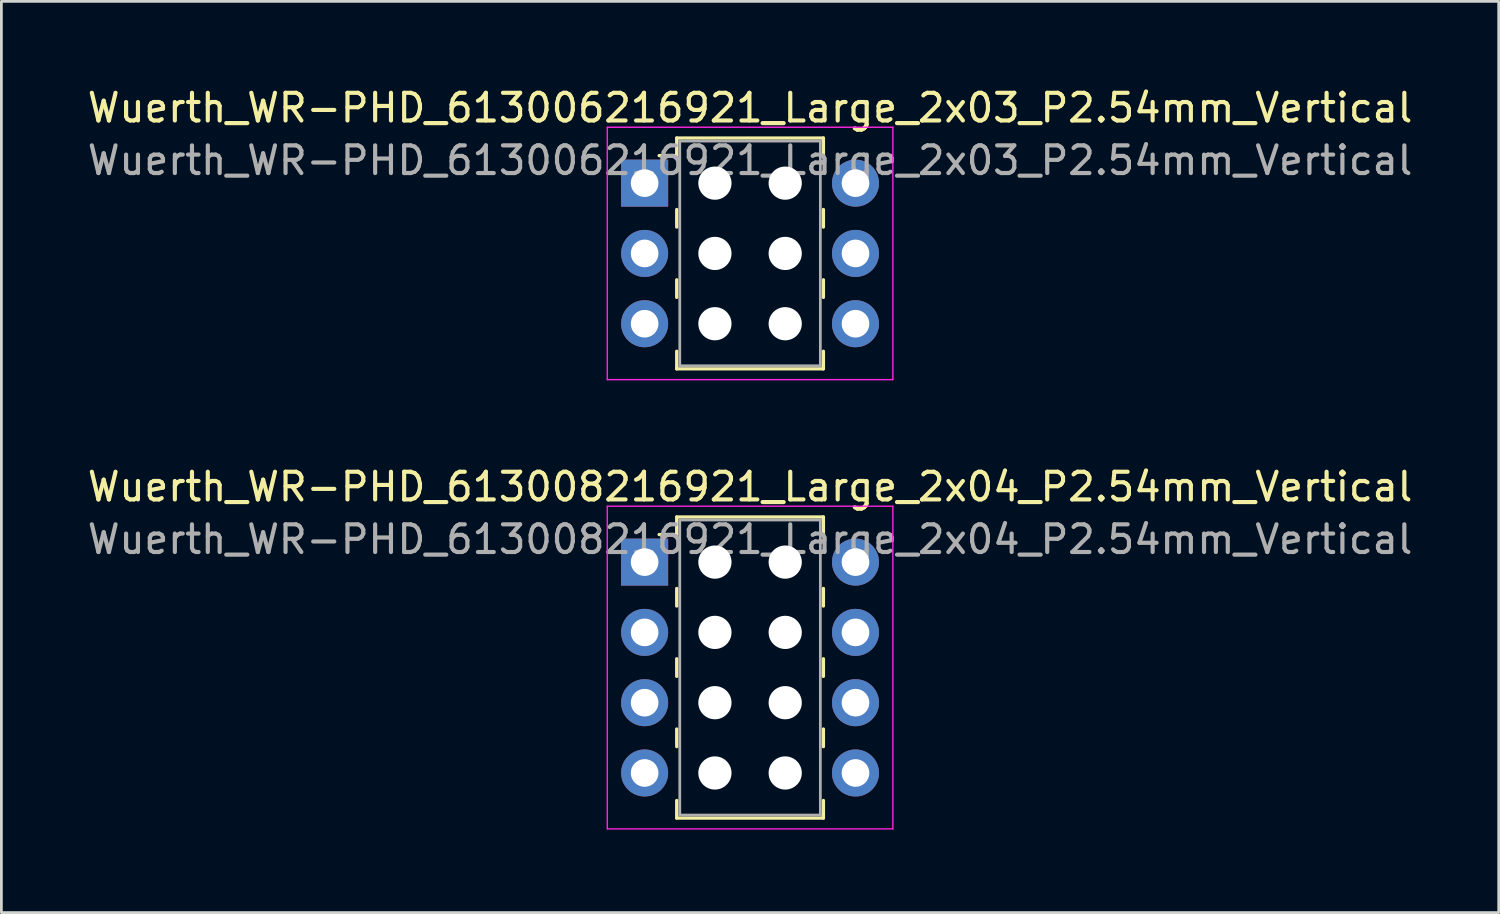
<source format=kicad_pcb>
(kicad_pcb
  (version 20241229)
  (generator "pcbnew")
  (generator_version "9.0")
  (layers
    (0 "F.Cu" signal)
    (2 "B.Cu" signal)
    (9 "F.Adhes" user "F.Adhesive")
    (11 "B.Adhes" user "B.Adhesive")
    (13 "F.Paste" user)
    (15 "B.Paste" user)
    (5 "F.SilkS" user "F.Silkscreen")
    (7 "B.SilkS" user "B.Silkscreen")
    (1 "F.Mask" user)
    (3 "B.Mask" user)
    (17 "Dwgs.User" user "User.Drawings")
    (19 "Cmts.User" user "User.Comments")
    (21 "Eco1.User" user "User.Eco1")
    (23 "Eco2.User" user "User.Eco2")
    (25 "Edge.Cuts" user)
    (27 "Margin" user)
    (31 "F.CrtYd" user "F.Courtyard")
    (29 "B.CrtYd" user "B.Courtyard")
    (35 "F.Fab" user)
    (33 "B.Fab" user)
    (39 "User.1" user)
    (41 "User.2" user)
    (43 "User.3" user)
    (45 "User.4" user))
  (footprint "Wuerth_WR-PHD_613008216921_Large_2x04_P2.54mm_Vertical"
    (layer "F.Cu")
    (at 20.244 17.262)
    (property "Reference" "Wuerth_WR-PHD_613008216921_Large_2x04_P2.54mm_Vertical" (at 3.81 -2.72 0) (layer "F.SilkS") (effects (font (size 1 1) (thickness 0.15))))
    (attr through_hole)
    (fp_line (start 1.16 -1.63) (end 1.16 -0.995) (stroke (width 0.12) (type solid)) (layer "F.SilkS"))
    (fp_line (start 1.16 -1.63) (end 6.46 -1.63) (stroke (width 0.12) (type solid)) (layer "F.SilkS"))
    (fp_line (start 1.16 -0.995) (end 0.525 -0.995) (stroke (width 0.12) (type solid)) (layer "F.SilkS"))
    (fp_line (start 1.16 0.953) (end 1.16 1.587) (stroke (width 0.12) (type solid)) (layer "F.SilkS"))
    (fp_line (start 1.16 3.493) (end 1.16 4.128) (stroke (width 0.12) (type solid)) (layer "F.SilkS"))
    (fp_line (start 1.16 6.032) (end 1.16 6.668) (stroke (width 0.12) (type solid)) (layer "F.SilkS"))
    (fp_line (start 1.16 9.25) (end 1.16 8.615) (stroke (width 0.12) (type solid)) (layer "F.SilkS"))
    (fp_line (start 1.16 9.25) (end 6.46 9.25) (stroke (width 0.12) (type solid)) (layer "F.SilkS"))
    (fp_line (start 6.46 -1.63) (end 6.46 -0.995) (stroke (width 0.12) (type solid)) (layer "F.SilkS"))
    (fp_line (start 6.46 0.953) (end 6.46 1.587) (stroke (width 0.12) (type solid)) (layer "F.SilkS"))
    (fp_line (start 6.46 3.493) (end 6.46 4.128) (stroke (width 0.12) (type solid)) (layer "F.SilkS"))
    (fp_line (start 6.46 6.032) (end 6.46 6.668) (stroke (width 0.12) (type solid)) (layer "F.SilkS"))
    (fp_line (start 6.46 9.25) (end 6.46 8.615) (stroke (width 0.12) (type solid)) (layer "F.SilkS"))
    (fp_line (start -1.35 -2.02) (end -1.35 9.64) (stroke (width 0.05) (type solid)) (layer "F.CrtYd"))
    (fp_line (start -1.35 9.64) (end 8.97 9.64) (stroke (width 0.05) (type solid)) (layer "F.CrtYd"))
    (fp_line (start 8.97 -2.02) (end -1.35 -2.02) (stroke (width 0.05) (type solid)) (layer "F.CrtYd"))
    (fp_line (start 8.97 9.64) (end 8.97 -2.02) (stroke (width 0.05) (type solid)) (layer "F.CrtYd"))
    (fp_line (start 1.27 -1.52) (end 1.27 9.14) (stroke (width 0.1) (type solid)) (layer "F.Fab"))
    (fp_line (start 1.27 9.14) (end 6.35 9.14) (stroke (width 0.1) (type solid)) (layer "F.Fab"))
    (fp_line (start 6.35 -1.52) (end 1.27 -1.52) (stroke (width 0.1) (type solid)) (layer "F.Fab"))
    (fp_line (start 6.35 9.14) (end 6.35 -1.52) (stroke (width 0.1) (type solid)) (layer "F.Fab"))
    (fp_text user "${REFERENCE}" (at 3.81 -0.82 0) (layer "F.Fab") (effects (font (size 1 1) (thickness 0.15))))
    (pad "" np_thru_hole circle (at 2.54 0) (size 1.2 1.2) (drill 1.2) (layers "*.Cu" "*.Mask"))
    (pad "" np_thru_hole circle (at 2.54 2.54) (size 1.2 1.2) (drill 1.2) (layers "*.Cu" "*.Mask"))
    (pad "" np_thru_hole circle (at 2.54 5.08) (size 1.2 1.2) (drill 1.2) (layers "*.Cu" "*.Mask"))
    (pad "" np_thru_hole circle (at 2.54 7.62) (size 1.2 1.2) (drill 1.2) (layers "*.Cu" "*.Mask"))
    (pad "" np_thru_hole circle (at 5.08 0) (size 1.2 1.2) (drill 1.2) (layers "*.Cu" "*.Mask"))
    (pad "" np_thru_hole circle (at 5.08 2.54) (size 1.2 1.2) (drill 1.2) (layers "*.Cu" "*.Mask"))
    (pad "" np_thru_hole circle (at 5.08 5.08) (size 1.2 1.2) (drill 1.2) (layers "*.Cu" "*.Mask"))
    (pad "" np_thru_hole circle (at 5.08 7.62) (size 1.2 1.2) (drill 1.2) (layers "*.Cu" "*.Mask"))
    (pad "1" thru_hole rect (at 0 0) (size 1.7 1.7) (drill 1) (layers "*.Cu" "*.Mask"))
    (pad "2" thru_hole circle (at 7.62 0) (size 1.7 1.7) (drill 1) (layers "*.Cu" "*.Mask"))
    (pad "3" thru_hole circle (at 0 2.54) (size 1.7 1.7) (drill 1) (layers "*.Cu" "*.Mask"))
    (pad "4" thru_hole circle (at 7.62 2.54) (size 1.7 1.7) (drill 1) (layers "*.Cu" "*.Mask"))
    (pad "5" thru_hole circle (at 0 5.08) (size 1.7 1.7) (drill 1) (layers "*.Cu" "*.Mask"))
    (pad "6" thru_hole circle (at 7.62 5.08) (size 1.7 1.7) (drill 1) (layers "*.Cu" "*.Mask"))
    (pad "7" thru_hole circle (at 0 7.62) (size 1.7 1.7) (drill 1) (layers "*.Cu" "*.Mask"))
    (pad "8" thru_hole circle (at 7.62 7.62) (size 1.7 1.7) (drill 1) (layers "*.Cu" "*.Mask")))
  (footprint "Wuerth_WR-PHD_613006216921_Large_2x03_P2.54mm_Vertical"
    (layer "F.Cu")
    (at 20.244 3.568)
    (property "Reference" "Wuerth_WR-PHD_613006216921_Large_2x03_P2.54mm_Vertical" (at 3.81 -2.72 0) (layer "F.SilkS") (effects (font (size 1 1) (thickness 0.15))))
    (attr through_hole)
    (fp_line (start 1.16 -1.63) (end 1.16 -0.995) (stroke (width 0.12) (type solid)) (layer "F.SilkS"))
    (fp_line (start 1.16 -1.63) (end 6.46 -1.63) (stroke (width 0.12) (type solid)) (layer "F.SilkS"))
    (fp_line (start 1.16 -0.995) (end 0.525 -0.995) (stroke (width 0.12) (type solid)) (layer "F.SilkS"))
    (fp_line (start 1.16 0.953) (end 1.16 1.587) (stroke (width 0.12) (type solid)) (layer "F.SilkS"))
    (fp_line (start 1.16 3.493) (end 1.16 4.128) (stroke (width 0.12) (type solid)) (layer "F.SilkS"))
    (fp_line (start 1.16 6.71) (end 1.16 6.075) (stroke (width 0.12) (type solid)) (layer "F.SilkS"))
    (fp_line (start 1.16 6.71) (end 6.46 6.71) (stroke (width 0.12) (type solid)) (layer "F.SilkS"))
    (fp_line (start 6.46 -1.63) (end 6.46 -0.995) (stroke (width 0.12) (type solid)) (layer "F.SilkS"))
    (fp_line (start 6.46 0.953) (end 6.46 1.587) (stroke (width 0.12) (type solid)) (layer "F.SilkS"))
    (fp_line (start 6.46 3.493) (end 6.46 4.128) (stroke (width 0.12) (type solid)) (layer "F.SilkS"))
    (fp_line (start 6.46 6.71) (end 6.46 6.075) (stroke (width 0.12) (type solid)) (layer "F.SilkS"))
    (fp_line (start -1.35 -2.02) (end -1.35 7.1) (stroke (width 0.05) (type solid)) (layer "F.CrtYd"))
    (fp_line (start -1.35 7.1) (end 8.97 7.1) (stroke (width 0.05) (type solid)) (layer "F.CrtYd"))
    (fp_line (start 8.97 -2.02) (end -1.35 -2.02) (stroke (width 0.05) (type solid)) (layer "F.CrtYd"))
    (fp_line (start 8.97 7.1) (end 8.97 -2.02) (stroke (width 0.05) (type solid)) (layer "F.CrtYd"))
    (fp_line (start 1.27 -1.52) (end 1.27 6.6) (stroke (width 0.1) (type solid)) (layer "F.Fab"))
    (fp_line (start 1.27 6.6) (end 6.35 6.6) (stroke (width 0.1) (type solid)) (layer "F.Fab"))
    (fp_line (start 6.35 -1.52) (end 1.27 -1.52) (stroke (width 0.1) (type solid)) (layer "F.Fab"))
    (fp_line (start 6.35 6.6) (end 6.35 -1.52) (stroke (width 0.1) (type solid)) (layer "F.Fab"))
    (fp_text user "${REFERENCE}" (at 3.81 -0.82 0) (layer "F.Fab") (effects (font (size 1 1) (thickness 0.15))))
    (pad "" np_thru_hole circle (at 2.54 0) (size 1.2 1.2) (drill 1.2) (layers "*.Cu" "*.Mask"))
    (pad "" np_thru_hole circle (at 2.54 2.54) (size 1.2 1.2) (drill 1.2) (layers "*.Cu" "*.Mask"))
    (pad "" np_thru_hole circle (at 2.54 5.08) (size 1.2 1.2) (drill 1.2) (layers "*.Cu" "*.Mask"))
    (pad "" np_thru_hole circle (at 5.08 0) (size 1.2 1.2) (drill 1.2) (layers "*.Cu" "*.Mask"))
    (pad "" np_thru_hole circle (at 5.08 2.54) (size 1.2 1.2) (drill 1.2) (layers "*.Cu" "*.Mask"))
    (pad "" np_thru_hole circle (at 5.08 5.08) (size 1.2 1.2) (drill 1.2) (layers "*.Cu" "*.Mask"))
    (pad "1" thru_hole rect (at 0 0) (size 1.7 1.7) (drill 1) (layers "*.Cu" "*.Mask"))
    (pad "2" thru_hole circle (at 7.62 0) (size 1.7 1.7) (drill 1) (layers "*.Cu" "*.Mask"))
    (pad "3" thru_hole circle (at 0 2.54) (size 1.7 1.7) (drill 1) (layers "*.Cu" "*.Mask"))
    (pad "4" thru_hole circle (at 7.62 2.54) (size 1.7 1.7) (drill 1) (layers "*.Cu" "*.Mask"))
    (pad "5" thru_hole circle (at 0 5.08) (size 1.7 1.7) (drill 1) (layers "*.Cu" "*.Mask"))
    (pad "6" thru_hole circle (at 7.62 5.08) (size 1.7 1.7) (drill 1) (layers "*.Cu" "*.Mask")))
  (gr_rect
    (start -3 -3)
    (end 51.107 29.927)
    (stroke (width 0.1) (type default))
    (fill no)
    (layer "Edge.Cuts")))
</source>
